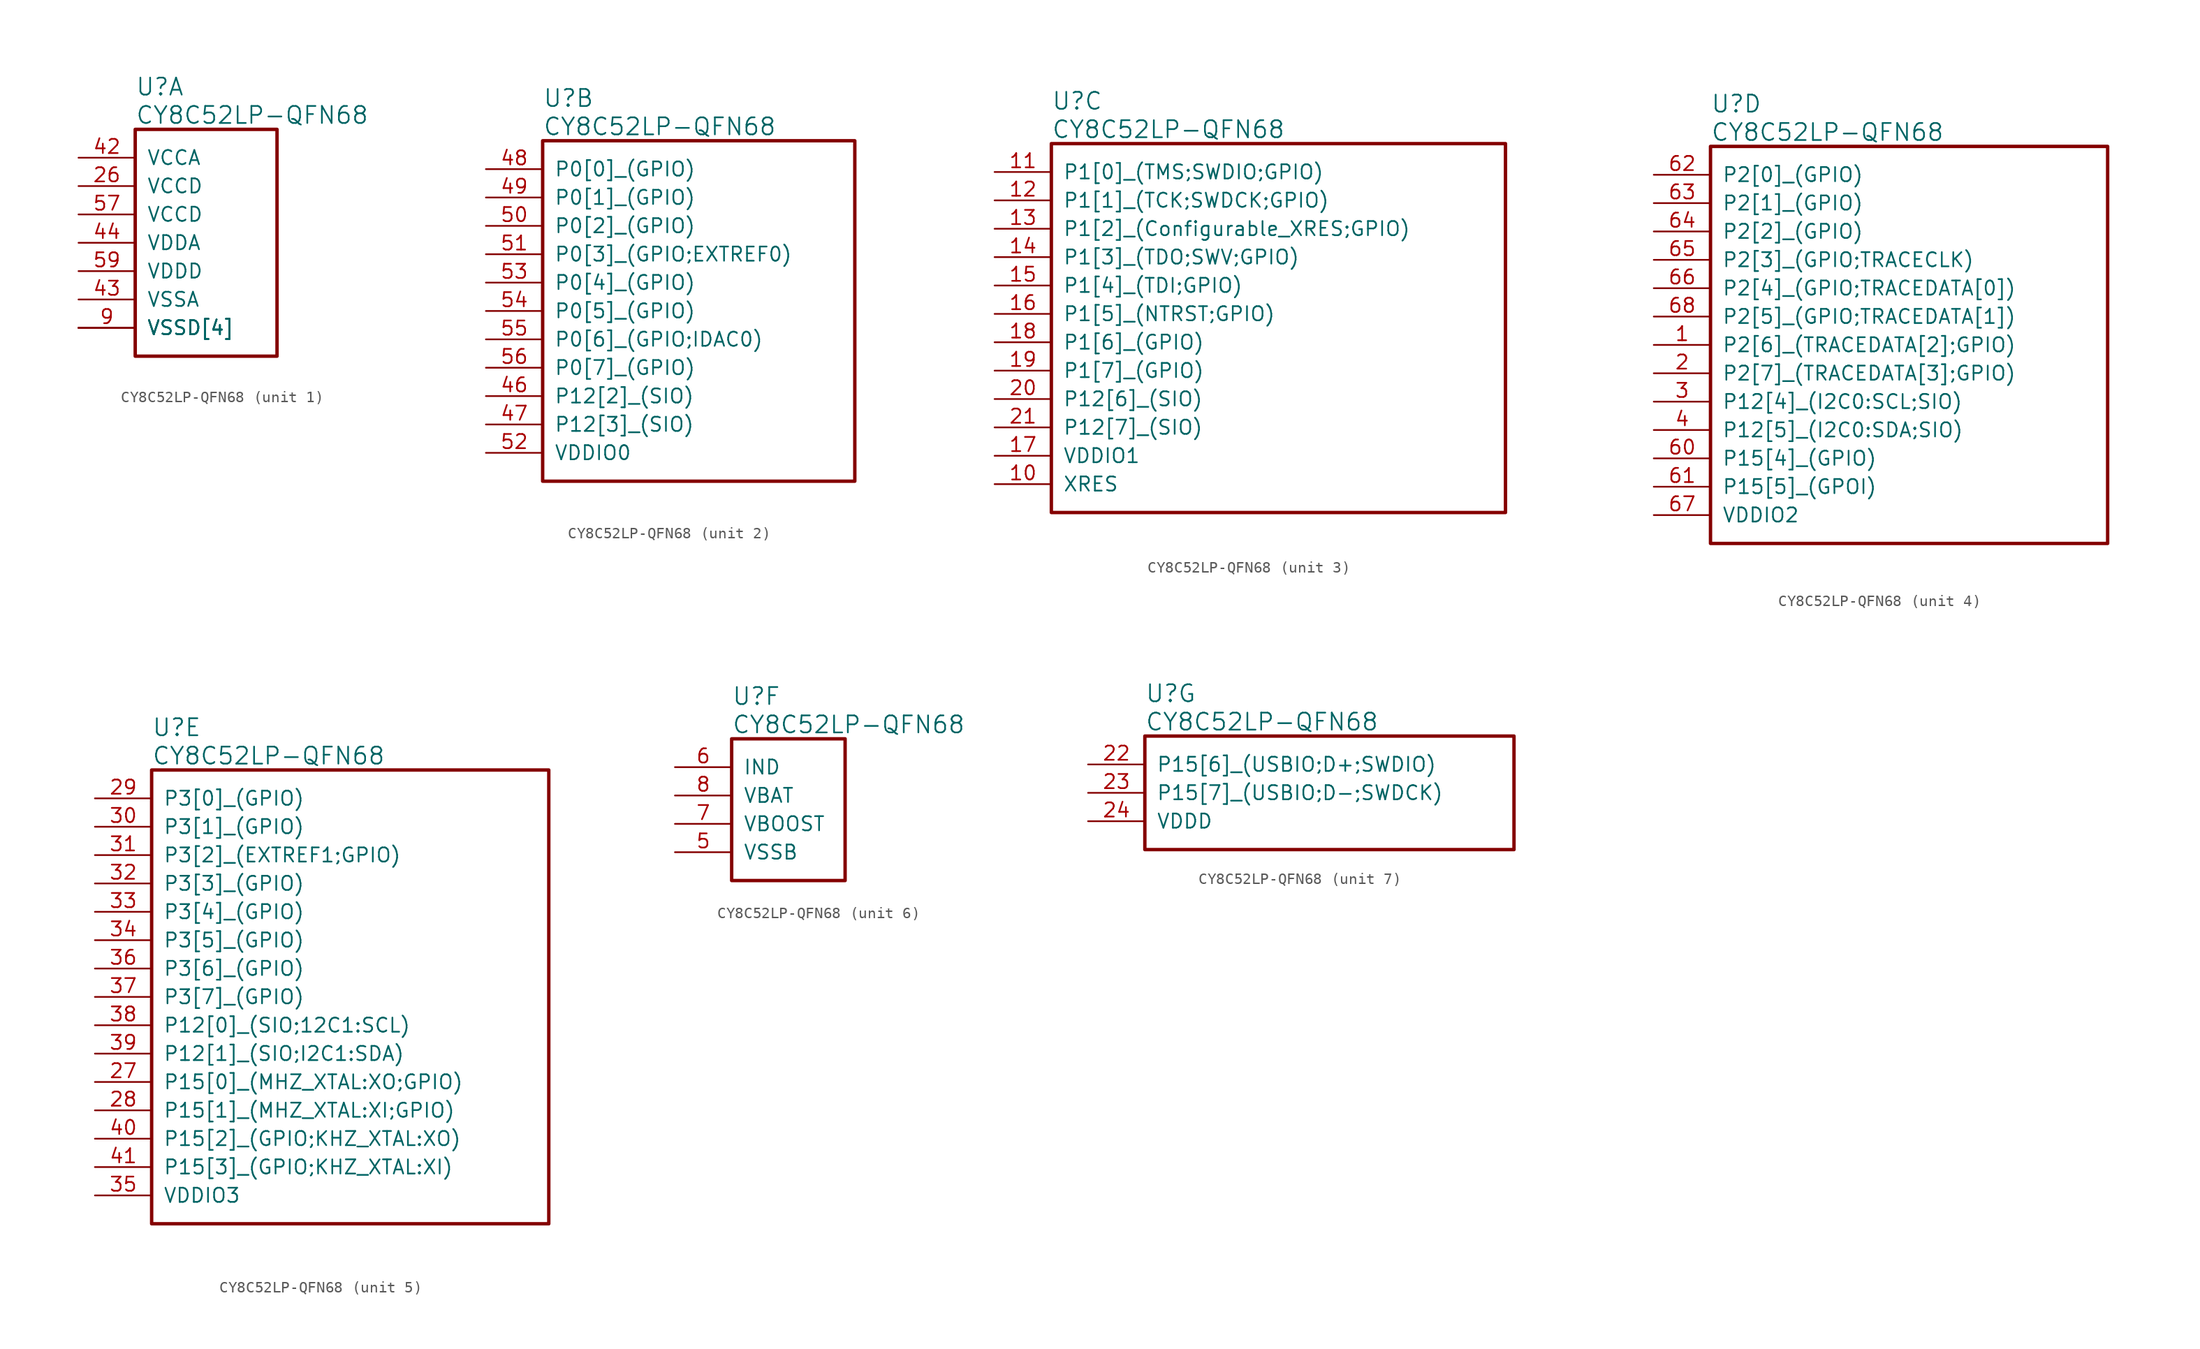
<source format=kicad_sym>
(kicad_symbol_lib
  (version 20241209)
  (generator "kicad_symbol_editor")
  (generator_version "9.0")
  (symbol "CY8C52LP-QFN68"
    (pin_names
      (offset 1.016))
    (property "Reference" "U"
      (at 5.08 6.35 0)
      (effects (font (size 1.524 1.524)) (justify left)))
    (property "Value" "CY8C52LP-QFN68"
      (at 5.08 3.81 0)
      (effects (font (size 1.524 1.524)) (justify left)))
    (property "ki_locked" ""
      (at 0 0 0)
      (effects (font (size 1.27 1.27))))
    (symbol "CY8C52LP-QFN68_1_1"
      (rectangle (start 5.08 2.54) (end 17.78 -17.78) (stroke (width 0.305) (type solid)) (fill (type none)))
      (pin power_out line (at 0 0 0) (length 5.08) (name "VCCA" (effects (font (size 1.27 1.27)))) (number "42" (effects (font (size 1.27 1.27)))))
      (pin power_out line (at 0 -2.54 0) (length 5.08) (name "VCCD" (effects (font (size 1.27 1.27)))) (number "26" (effects (font (size 1.27 1.27)))))
      (pin power_out line (at 0 -5.08 0) (length 5.08) (name "VCCD" (effects (font (size 1.27 1.27)))) (number "57" (effects (font (size 1.27 1.27)))))
      (pin power_in line (at 0 -7.62 0) (length 5.08) (name "VDDA" (effects (font (size 1.27 1.27)))) (number "44" (effects (font (size 1.27 1.27)))))
      (pin power_in line (at 0 -10.16 0) (length 5.08) (name "VDDD" (effects (font (size 1.27 1.27)))) (number "59" (effects (font (size 1.27 1.27)))))
      (pin power_in line (at 0 -12.7 0) (length 5.08) (name "VSSA" (effects (font (size 1.27 1.27)))) (number "43" (effects (font (size 1.27 1.27)))))
      (pin power_in line (at 0 -15.24 0) (length 5.08) (name "VSSD[4]" (effects (font (size 1.27 1.27)))) (number "25" (effects (font (size 0 0)))))
      (pin power_in line (at 0 -15.24 0) (length 5.08) (name "VSSD[4]" (effects (font (size 1.27 1.27)))) (number "45" (effects (font (size 0 0)))))
      (pin power_in line (at 0 -15.24 0) (length 5.08) (name "VSSD[4]" (effects (font (size 1.27 1.27)))) (number "58" (effects (font (size 0 0)))))
      (pin power_in line (at 0 -15.24 0) (length 5.08) (name "VSSD[4]" (effects (font (size 1.27 1.27)))) (number "9" (effects (font (size 1.27 1.27))))))
    (symbol "CY8C52LP-QFN68_2_1"
      (rectangle (start 5.08 2.54) (end 33.02 -27.94) (stroke (width 0.305) (type solid)) (fill (type none)))
      (pin bidirectional line (at 0 0 0) (length 5.08) (name "P0[0]_(GPIO)" (effects (font (size 1.27 1.27)))) (number "48" (effects (font (size 1.27 1.27)))))
      (pin bidirectional line (at 0 -2.54 0) (length 5.08) (name "P0[1]_(GPIO)" (effects (font (size 1.27 1.27)))) (number "49" (effects (font (size 1.27 1.27)))))
      (pin bidirectional line (at 0 -5.08 0) (length 5.08) (name "P0[2]_(GPIO)" (effects (font (size 1.27 1.27)))) (number "50" (effects (font (size 1.27 1.27)))))
      (pin bidirectional line (at 0 -7.62 0) (length 5.08) (name "P0[3]_(GPIO;EXTREF0)" (effects (font (size 1.27 1.27)))) (number "51" (effects (font (size 1.27 1.27)))))
      (pin bidirectional line (at 0 -10.16 0) (length 5.08) (name "P0[4]_(GPIO)" (effects (font (size 1.27 1.27)))) (number "53" (effects (font (size 1.27 1.27)))))
      (pin bidirectional line (at 0 -12.7 0) (length 5.08) (name "P0[5]_(GPIO)" (effects (font (size 1.27 1.27)))) (number "54" (effects (font (size 1.27 1.27)))))
      (pin bidirectional line (at 0 -15.24 0) (length 5.08) (name "P0[6]_(GPIO;IDAC0)" (effects (font (size 1.27 1.27)))) (number "55" (effects (font (size 1.27 1.27)))))
      (pin bidirectional line (at 0 -17.78 0) (length 5.08) (name "P0[7]_(GPIO)" (effects (font (size 1.27 1.27)))) (number "56" (effects (font (size 1.27 1.27)))))
      (pin bidirectional line (at 0 -20.32 0) (length 5.08) (name "P12[2]_(SIO)" (effects (font (size 1.27 1.27)))) (number "46" (effects (font (size 1.27 1.27)))))
      (pin bidirectional line (at 0 -22.86 0) (length 5.08) (name "P12[3]_(SIO)" (effects (font (size 1.27 1.27)))) (number "47" (effects (font (size 1.27 1.27)))))
      (pin power_in line (at 0 -25.4 0) (length 5.08) (name "VDDIO0" (effects (font (size 1.27 1.27)))) (number "52" (effects (font (size 1.27 1.27))))))
    (symbol "CY8C52LP-QFN68_3_1"
      (rectangle (start 5.08 2.54) (end 45.72 -30.48) (stroke (width 0.305) (type solid)) (fill (type none)))
      (pin bidirectional line (at 0 0 0) (length 5.08) (name "P1[0]_(TMS;SWDIO;GPIO)" (effects (font (size 1.27 1.27)))) (number "11" (effects (font (size 1.27 1.27)))))
      (pin bidirectional line (at 0 -2.54 0) (length 5.08) (name "P1[1]_(TCK;SWDCK;GPIO)" (effects (font (size 1.27 1.27)))) (number "12" (effects (font (size 1.27 1.27)))))
      (pin bidirectional line (at 0 -5.08 0) (length 5.08) (name "P1[2]_(Configurable_XRES;GPIO)" (effects (font (size 1.27 1.27)))) (number "13" (effects (font (size 1.27 1.27)))))
      (pin bidirectional line (at 0 -7.62 0) (length 5.08) (name "P1[3]_(TDO;SWV;GPIO)" (effects (font (size 1.27 1.27)))) (number "14" (effects (font (size 1.27 1.27)))))
      (pin bidirectional line (at 0 -10.16 0) (length 5.08) (name "P1[4]_(TDI;GPIO)" (effects (font (size 1.27 1.27)))) (number "15" (effects (font (size 1.27 1.27)))))
      (pin bidirectional line (at 0 -12.7 0) (length 5.08) (name "P1[5]_(NTRST;GPIO)" (effects (font (size 1.27 1.27)))) (number "16" (effects (font (size 1.27 1.27)))))
      (pin bidirectional line (at 0 -15.24 0) (length 5.08) (name "P1[6]_(GPIO)" (effects (font (size 1.27 1.27)))) (number "18" (effects (font (size 1.27 1.27)))))
      (pin bidirectional line (at 0 -17.78 0) (length 5.08) (name "P1[7]_(GPIO)" (effects (font (size 1.27 1.27)))) (number "19" (effects (font (size 1.27 1.27)))))
      (pin bidirectional line (at 0 -20.32 0) (length 5.08) (name "P12[6]_(SIO)" (effects (font (size 1.27 1.27)))) (number "20" (effects (font (size 1.27 1.27)))))
      (pin bidirectional line (at 0 -22.86 0) (length 5.08) (name "P12[7]_(SIO)" (effects (font (size 1.27 1.27)))) (number "21" (effects (font (size 1.27 1.27)))))
      (pin power_in line (at 0 -25.4 0) (length 5.08) (name "VDDIO1" (effects (font (size 1.27 1.27)))) (number "17" (effects (font (size 1.27 1.27)))))
      (pin input line (at 0 -27.94 0) (length 5.08) (name "XRES" (effects (font (size 1.27 1.27)))) (number "10" (effects (font (size 1.27 1.27))))))
    (symbol "CY8C52LP-QFN68_4_1"
      (rectangle (start 5.08 2.54) (end 40.64 -33.02) (stroke (width 0.305) (type solid)) (fill (type none)))
      (pin bidirectional line (at 0 0 0) (length 5.08) (name "P2[0]_(GPIO)" (effects (font (size 1.27 1.27)))) (number "62" (effects (font (size 1.27 1.27)))))
      (pin bidirectional line (at 0 -2.54 0) (length 5.08) (name "P2[1]_(GPIO)" (effects (font (size 1.27 1.27)))) (number "63" (effects (font (size 1.27 1.27)))))
      (pin bidirectional line (at 0 -5.08 0) (length 5.08) (name "P2[2]_(GPIO)" (effects (font (size 1.27 1.27)))) (number "64" (effects (font (size 1.27 1.27)))))
      (pin bidirectional line (at 0 -7.62 0) (length 5.08) (name "P2[3]_(GPIO;TRACECLK)" (effects (font (size 1.27 1.27)))) (number "65" (effects (font (size 1.27 1.27)))))
      (pin bidirectional line (at 0 -10.16 0) (length 5.08) (name "P2[4]_(GPIO;TRACEDATA[0])" (effects (font (size 1.27 1.27)))) (number "66" (effects (font (size 1.27 1.27)))))
      (pin bidirectional line (at 0 -12.7 0) (length 5.08) (name "P2[5]_(GPIO;TRACEDATA[1])" (effects (font (size 1.27 1.27)))) (number "68" (effects (font (size 1.27 1.27)))))
      (pin bidirectional line (at 0 -15.24 0) (length 5.08) (name "P2[6]_(TRACEDATA[2];GPIO)" (effects (font (size 1.27 1.27)))) (number "1" (effects (font (size 1.27 1.27)))))
      (pin bidirectional line (at 0 -17.78 0) (length 5.08) (name "P2[7]_(TRACEDATA[3];GPIO)" (effects (font (size 1.27 1.27)))) (number "2" (effects (font (size 1.27 1.27)))))
      (pin bidirectional line (at 0 -20.32 0) (length 5.08) (name "P12[4]_(I2C0:SCL;SIO)" (effects (font (size 1.27 1.27)))) (number "3" (effects (font (size 1.27 1.27)))))
      (pin bidirectional line (at 0 -22.86 0) (length 5.08) (name "P12[5]_(I2C0:SDA;SIO)" (effects (font (size 1.27 1.27)))) (number "4" (effects (font (size 1.27 1.27)))))
      (pin bidirectional line (at 0 -25.4 0) (length 5.08) (name "P15[4]_(GPIO)" (effects (font (size 1.27 1.27)))) (number "60" (effects (font (size 1.27 1.27)))))
      (pin bidirectional line (at 0 -27.94 0) (length 5.08) (name "P15[5]_(GPOI)" (effects (font (size 1.27 1.27)))) (number "61" (effects (font (size 1.27 1.27)))))
      (pin power_in line (at 0 -30.48 0) (length 5.08) (name "VDDIO2" (effects (font (size 1.27 1.27)))) (number "67" (effects (font (size 1.27 1.27))))))
    (symbol "CY8C52LP-QFN68_5_1"
      (rectangle (start 5.08 2.54) (end 40.64 -38.1) (stroke (width 0.305) (type solid)) (fill (type none)))
      (pin bidirectional line (at 0 0 0) (length 5.08) (name "P3[0]_(GPIO)" (effects (font (size 1.27 1.27)))) (number "29" (effects (font (size 1.27 1.27)))))
      (pin bidirectional line (at 0 -2.54 0) (length 5.08) (name "P3[1]_(GPIO)" (effects (font (size 1.27 1.27)))) (number "30" (effects (font (size 1.27 1.27)))))
      (pin bidirectional line (at 0 -5.08 0) (length 5.08) (name "P3[2]_(EXTREF1;GPIO)" (effects (font (size 1.27 1.27)))) (number "31" (effects (font (size 1.27 1.27)))))
      (pin bidirectional line (at 0 -7.62 0) (length 5.08) (name "P3[3]_(GPIO)" (effects (font (size 1.27 1.27)))) (number "32" (effects (font (size 1.27 1.27)))))
      (pin bidirectional line (at 0 -10.16 0) (length 5.08) (name "P3[4]_(GPIO)" (effects (font (size 1.27 1.27)))) (number "33" (effects (font (size 1.27 1.27)))))
      (pin bidirectional line (at 0 -12.7 0) (length 5.08) (name "P3[5]_(GPIO)" (effects (font (size 1.27 1.27)))) (number "34" (effects (font (size 1.27 1.27)))))
      (pin bidirectional line (at 0 -15.24 0) (length 5.08) (name "P3[6]_(GPIO)" (effects (font (size 1.27 1.27)))) (number "36" (effects (font (size 1.27 1.27)))))
      (pin bidirectional line (at 0 -17.78 0) (length 5.08) (name "P3[7]_(GPIO)" (effects (font (size 1.27 1.27)))) (number "37" (effects (font (size 1.27 1.27)))))
      (pin bidirectional line (at 0 -20.32 0) (length 5.08) (name "P12[0]_(SIO;12C1:SCL)" (effects (font (size 1.27 1.27)))) (number "38" (effects (font (size 1.27 1.27)))))
      (pin bidirectional line (at 0 -22.86 0) (length 5.08) (name "P12[1]_(SIO;I2C1:SDA)" (effects (font (size 1.27 1.27)))) (number "39" (effects (font (size 1.27 1.27)))))
      (pin bidirectional line (at 0 -25.4 0) (length 5.08) (name "P15[0]_(MHZ_XTAL:XO;GPIO)" (effects (font (size 1.27 1.27)))) (number "27" (effects (font (size 1.27 1.27)))))
      (pin bidirectional line (at 0 -27.94 0) (length 5.08) (name "P15[1]_(MHZ_XTAL:XI;GPIO)" (effects (font (size 1.27 1.27)))) (number "28" (effects (font (size 1.27 1.27)))))
      (pin bidirectional line (at 0 -30.48 0) (length 5.08) (name "P15[2]_(GPIO;KHZ_XTAL:XO)" (effects (font (size 1.27 1.27)))) (number "40" (effects (font (size 1.27 1.27)))))
      (pin bidirectional line (at 0 -33.02 0) (length 5.08) (name "P15[3]_(GPIO;KHZ_XTAL:XI)" (effects (font (size 1.27 1.27)))) (number "41" (effects (font (size 1.27 1.27)))))
      (pin power_in line (at 0 -35.56 0) (length 5.08) (name "VDDIO3" (effects (font (size 1.27 1.27)))) (number "35" (effects (font (size 1.27 1.27))))))
    (symbol "CY8C52LP-QFN68_6_1"
      (rectangle (start 5.08 2.54) (end 15.24 -10.16) (stroke (width 0.305) (type solid)) (fill (type none)))
      (pin passive line (at 0 0 0) (length 5.08) (name "IND" (effects (font (size 1.27 1.27)))) (number "6" (effects (font (size 1.27 1.27)))))
      (pin power_in line (at 0 -2.54 0) (length 5.08) (name "VBAT" (effects (font (size 1.27 1.27)))) (number "8" (effects (font (size 1.27 1.27)))))
      (pin input line (at 0 -5.08 0) (length 5.08) (name "VBOOST" (effects (font (size 1.27 1.27)))) (number "7" (effects (font (size 1.27 1.27)))))
      (pin power_in line (at 0 -7.62 0) (length 5.08) (name "VSSB" (effects (font (size 1.27 1.27)))) (number "5" (effects (font (size 1.27 1.27))))))
    (symbol "CY8C52LP-QFN68_7_1"
      (rectangle (start 5.08 2.54) (end 38.1 -7.62) (stroke (width 0.305) (type solid)) (fill (type none)))
      (pin bidirectional line (at 0 0 0) (length 5.08) (name "P15[6]_(USBIO;D+;SWDIO)" (effects (font (size 1.27 1.27)))) (number "22" (effects (font (size 1.27 1.27)))))
      (pin bidirectional line (at 0 -2.54 0) (length 5.08) (name "P15[7]_(USBIO;D-;SWDCK)" (effects (font (size 1.27 1.27)))) (number "23" (effects (font (size 1.27 1.27)))))
      (pin power_in line (at 0 -5.08 0) (length 5.08) (name "VDDD" (effects (font (size 1.27 1.27)))) (number "24" (effects (font (size 1.27 1.27))))))))
</source>
